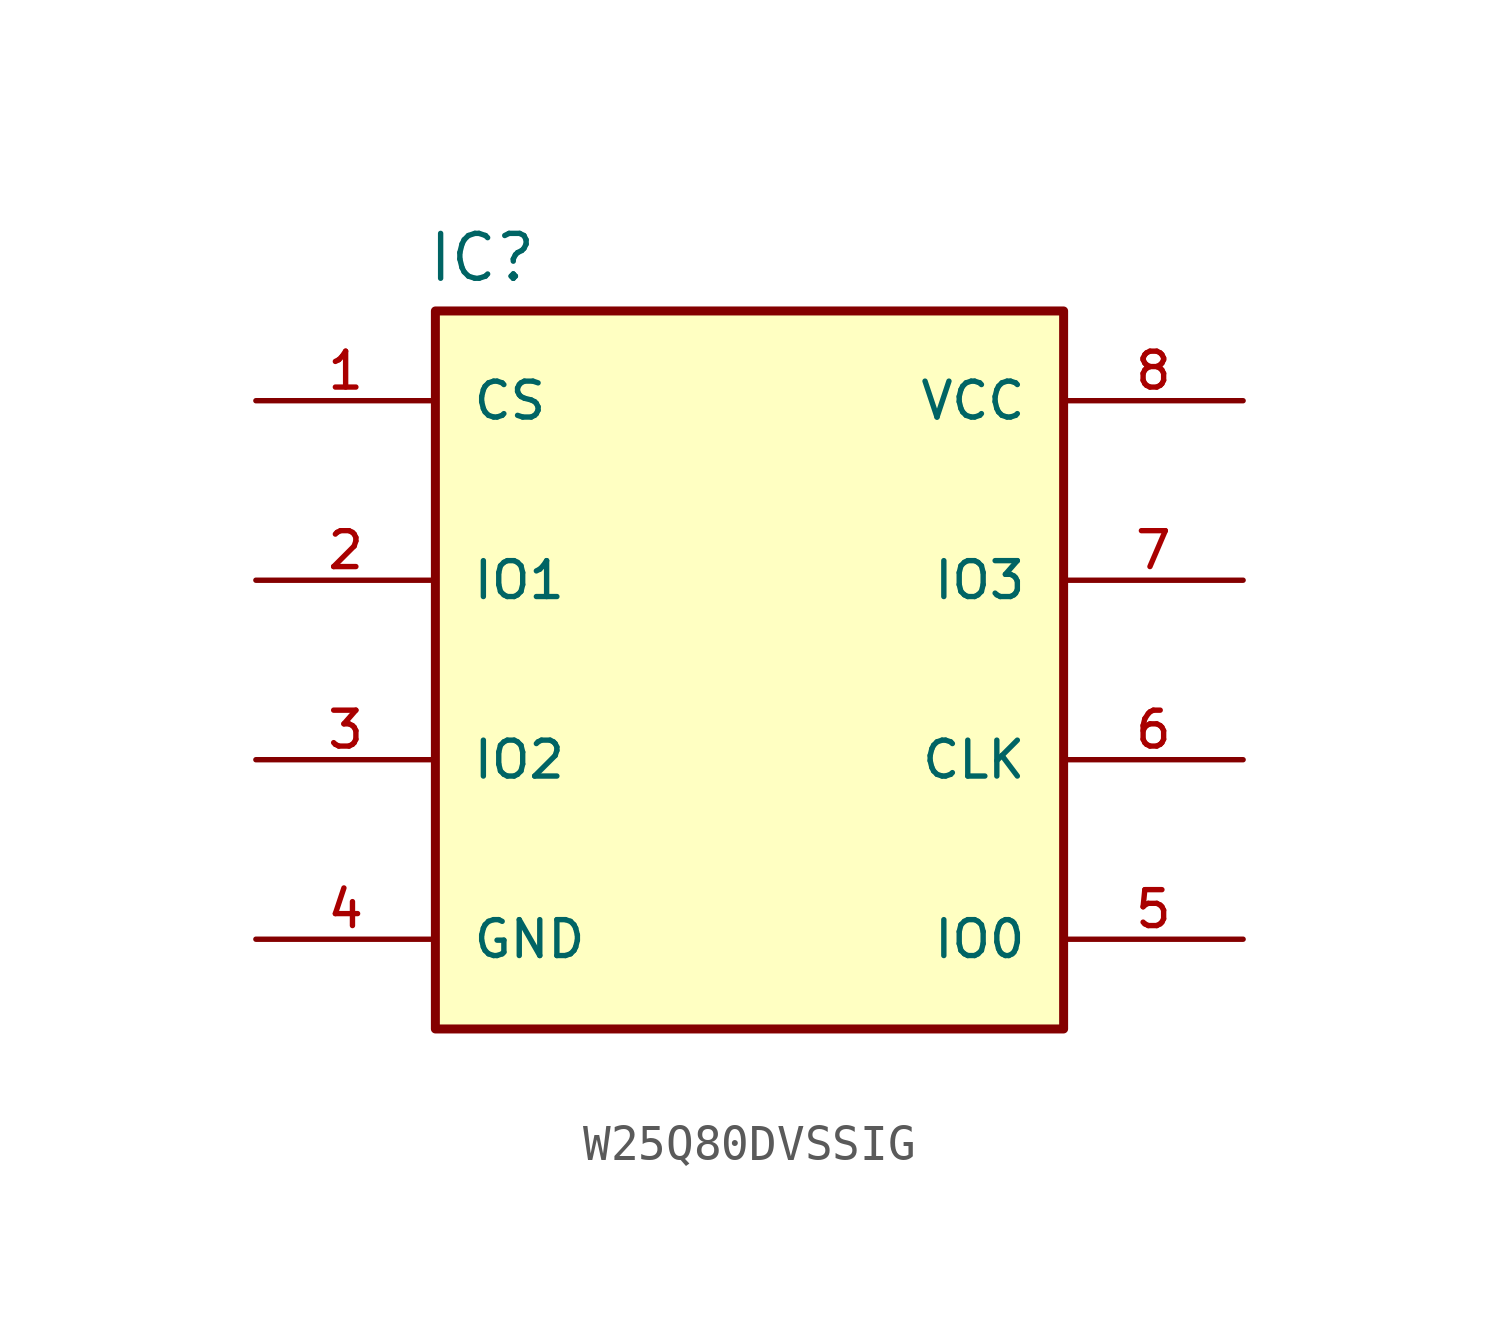
<source format=kicad_sym>
(kicad_symbol_lib
  (version 20231120)
  (generator "kicad_symbol_editor")
  (generator_version "8.0")
  (symbol "W25Q80DVSSIG"
    (pin_names
      (offset 1.016))
    (property "Reference" "IC"
      (at -10.414 10.922 0)
      (effects (font (size 1.27 1.27)) (justify left bottom)))
    (property "ki_locked" ""
      (at 0 0 0)
      (effects (font (size 1.27 1.27))))
    (symbol "W25Q80DVSSIG_0_0"
      (rectangle (start -10.16 -10.16) (end 7.62 10.16) (stroke (width 0.254) (type solid)) (fill (type background)))
      (pin bidirectional line (at -15.24 7.62 0) (length 5.08) (name "CS" (effects (font (size 1.016 1.016)))) (number "1" (effects (font (size 1.016 1.016)))))
      (pin bidirectional line (at -15.24 2.54 0) (length 5.08) (name "IO1" (effects (font (size 1.016 1.016)))) (number "2" (effects (font (size 1.016 1.016)))))
      (pin bidirectional line (at -15.24 -2.54 0) (length 5.08) (name "IO2" (effects (font (size 1.016 1.016)))) (number "3" (effects (font (size 1.016 1.016)))))
      (pin bidirectional line (at 12.7 -7.62 180) (length 5.08) (name "IO0" (effects (font (size 1.016 1.016)))) (number "5" (effects (font (size 1.016 1.016)))))
      (pin bidirectional line (at 12.7 -2.54 180) (length 5.08) (name "CLK" (effects (font (size 1.016 1.016)))) (number "6" (effects (font (size 1.016 1.016)))))
      (pin bidirectional line (at 12.7 2.54 180) (length 5.08) (name "IO3" (effects (font (size 1.016 1.016)))) (number "7" (effects (font (size 1.016 1.016))))))
    (symbol "W25Q80DVSSIG_1_0"
      (pin power_in line (at -15.24 -7.62 0) (length 5.08) (name "GND" (effects (font (size 1.016 1.016)))) (number "4" (effects (font (size 1.016 1.016)))))
      (pin power_in line (at 12.7 7.62 180) (length 5.08) (name "VCC" (effects (font (size 1.016 1.016)))) (number "8" (effects (font (size 1.016 1.016))))))))
</source>
